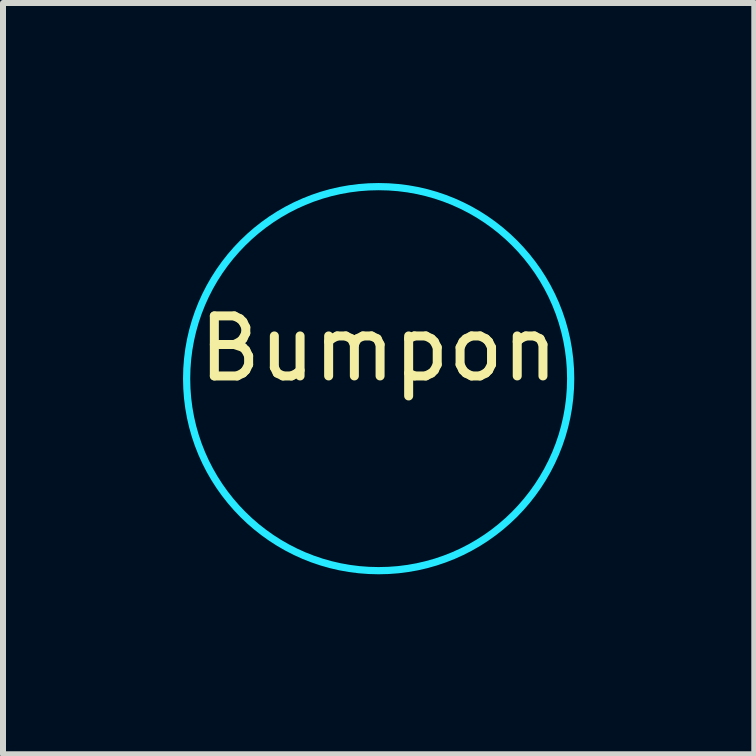
<source format=kicad_pcb>
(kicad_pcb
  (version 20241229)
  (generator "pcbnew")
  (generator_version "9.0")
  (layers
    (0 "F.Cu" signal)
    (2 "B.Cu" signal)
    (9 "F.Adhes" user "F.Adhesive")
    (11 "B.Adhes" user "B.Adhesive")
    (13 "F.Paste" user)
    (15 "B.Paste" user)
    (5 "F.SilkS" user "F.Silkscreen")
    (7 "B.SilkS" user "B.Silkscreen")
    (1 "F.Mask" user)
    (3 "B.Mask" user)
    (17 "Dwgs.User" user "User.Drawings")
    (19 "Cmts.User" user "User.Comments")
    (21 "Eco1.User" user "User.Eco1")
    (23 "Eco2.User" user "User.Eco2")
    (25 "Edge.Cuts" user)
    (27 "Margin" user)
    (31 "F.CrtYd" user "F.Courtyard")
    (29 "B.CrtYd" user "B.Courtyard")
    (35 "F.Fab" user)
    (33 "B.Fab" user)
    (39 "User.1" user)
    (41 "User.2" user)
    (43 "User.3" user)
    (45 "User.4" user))
  (footprint "Bumpon"
    (layer "F.Cu")
    (at 3.26 3.26)
    (property "Reference" "Bumpon" (at 0 -0.5 0) (unlocked yes) (layer "F.SilkS") (effects (font (size 1 1) (thickness 0.15))))
    (fp_circle (center 0 0) (end 3.2 0) (stroke (width 0.12) (type solid)) (fill no) (layer "B.CrtYd")))
  (gr_rect
    (start -3 -3)
    (end 9.52 9.52)
    (stroke (width 0.1) (type default))
    (fill no)
    (layer "Edge.Cuts")))
</source>
